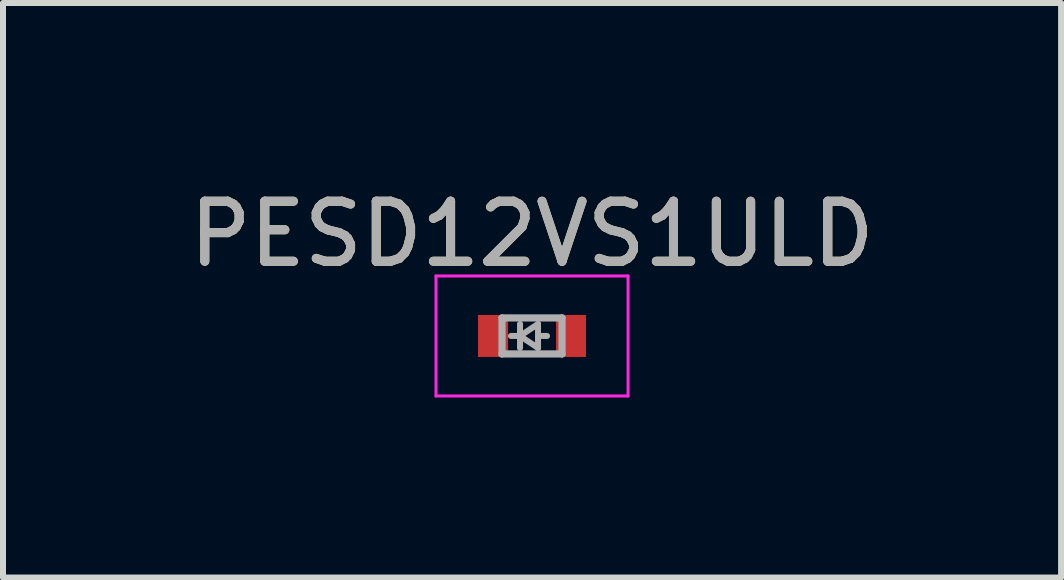
<source format=kicad_pcb>
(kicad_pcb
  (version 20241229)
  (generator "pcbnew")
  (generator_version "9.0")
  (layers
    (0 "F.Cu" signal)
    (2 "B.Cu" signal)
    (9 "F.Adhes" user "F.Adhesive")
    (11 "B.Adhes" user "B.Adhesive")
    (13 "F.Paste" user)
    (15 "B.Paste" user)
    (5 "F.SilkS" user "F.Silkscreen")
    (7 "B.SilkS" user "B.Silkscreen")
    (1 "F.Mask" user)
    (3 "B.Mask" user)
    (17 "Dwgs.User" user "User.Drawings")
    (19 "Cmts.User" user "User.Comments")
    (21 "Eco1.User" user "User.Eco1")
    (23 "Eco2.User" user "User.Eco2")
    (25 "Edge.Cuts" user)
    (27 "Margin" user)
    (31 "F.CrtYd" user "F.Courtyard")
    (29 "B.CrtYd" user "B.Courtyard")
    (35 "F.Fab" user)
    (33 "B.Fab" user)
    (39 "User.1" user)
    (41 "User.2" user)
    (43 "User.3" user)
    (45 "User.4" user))
  (footprint "PESD12VS1ULD"
    (layer "F.Cu")
    (at 5.815 2.548)
    (property "Reference" "PESD12VS1ULD" (at 0 -1.7 0) (layer "F.SilkS") (effects (font (size 1 1) (thickness 0.15))))
    (attr smd)
    (fp_line (start -1.1 -0.6) (end 0.6 -0.6) (stroke (width 0.12) (type solid)) (layer "B.Paste"))
    (fp_line (start -1.1 -0.5) (end -1.1 -0.6) (stroke (width 0.12) (type solid)) (layer "B.Paste"))
    (fp_line (start -1.1 0.6) (end -1.1 -0.5) (stroke (width 0.12) (type solid)) (layer "B.Paste"))
    (fp_line (start 0.6 0.6) (end -1.1 0.6) (stroke (width 0.12) (type solid)) (layer "B.Paste"))
    (fp_line (start -1.6 -1) (end -1.6 1) (stroke (width 0.05) (type solid)) (layer "F.CrtYd"))
    (fp_line (start -1.6 -1) (end 1.6 -1) (stroke (width 0.05) (type solid)) (layer "F.CrtYd"))
    (fp_line (start 1.6 -1) (end 1.6 1) (stroke (width 0.05) (type solid)) (layer "F.CrtYd"))
    (fp_line (start 1.6 1) (end -1.6 1) (stroke (width 0.05) (type solid)) (layer "F.CrtYd"))
    (fp_line (start -0.5 -0.3) (end 0.5 -0.3) (stroke (width 0.12) (type solid)) (layer "F.Fab"))
    (fp_line (start -0.5 0.3) (end -0.5 -0.3) (stroke (width 0.12) (type solid)) (layer "F.Fab"))
    (fp_line (start -0.2 0) (end -0.35 0) (stroke (width 0.1) (type solid)) (layer "F.Fab"))
    (fp_line (start -0.2 0) (end 0.1 0.2) (stroke (width 0.1) (type solid)) (layer "F.Fab"))
    (fp_line (start -0.2 0.2) (end -0.2 -0.2) (stroke (width 0.1) (type solid)) (layer "F.Fab"))
    (fp_line (start 0.1 -0.2) (end -0.2 0) (stroke (width 0.1) (type solid)) (layer "F.Fab"))
    (fp_line (start 0.1 0) (end 0.25 0) (stroke (width 0.1) (type solid)) (layer "F.Fab"))
    (fp_line (start 0.1 0.2) (end 0.1 -0.2) (stroke (width 0.1) (type solid)) (layer "F.Fab"))
    (fp_line (start 0.5 -0.3) (end 0.5 0.3) (stroke (width 0.12) (type solid)) (layer "F.Fab"))
    (fp_line (start 0.5 0.3) (end -0.5 0.3) (stroke (width 0.12) (type solid)) (layer "F.Fab"))
    (fp_text user "${REFERENCE}" (at 0 -1.7 0) (layer "F.Fab") (effects (font (size 1 1) (thickness 0.15))))
    (pad "1" smd rect (at -0.65 0) (size 0.5 0.7) (layers "F.Cu" "F.Mask" "F.Paste"))
    (pad "2" smd rect (at 0.65 0) (size 0.5 0.7) (layers "F.Cu" "F.Mask" "F.Paste")))
  (gr_rect
    (start -3 -3)
    (end 14.631 6.573)
    (stroke (width 0.1) (type default))
    (fill no)
    (layer "Edge.Cuts")))
</source>
